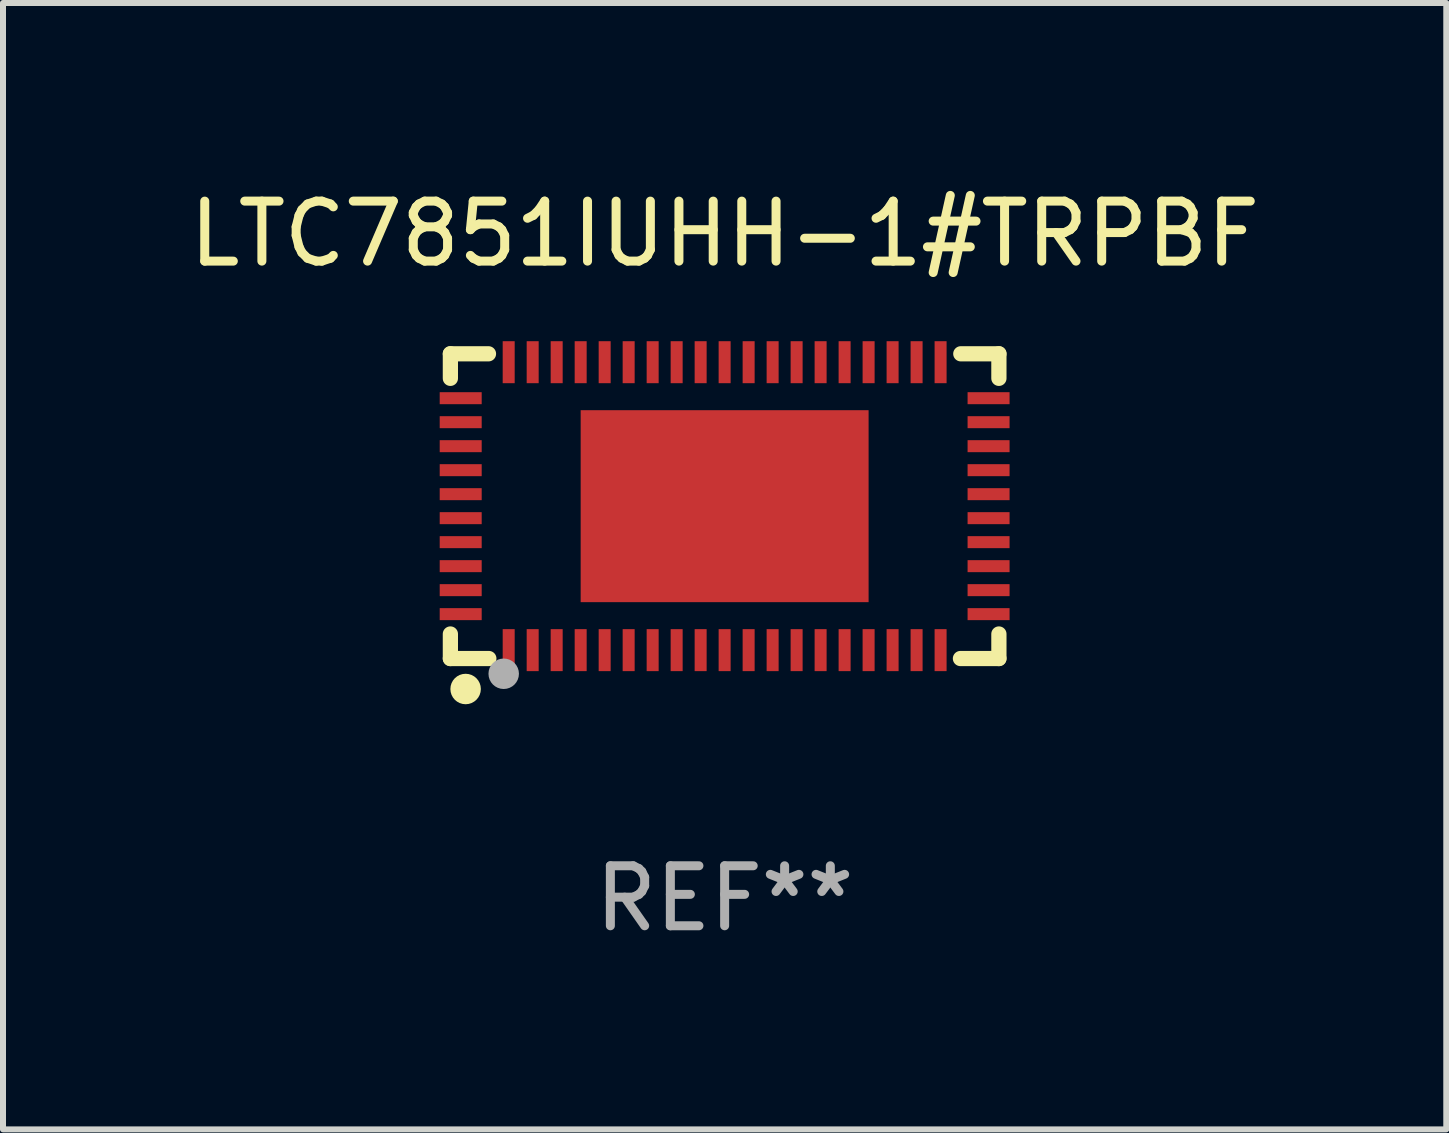
<source format=kicad_pcb>
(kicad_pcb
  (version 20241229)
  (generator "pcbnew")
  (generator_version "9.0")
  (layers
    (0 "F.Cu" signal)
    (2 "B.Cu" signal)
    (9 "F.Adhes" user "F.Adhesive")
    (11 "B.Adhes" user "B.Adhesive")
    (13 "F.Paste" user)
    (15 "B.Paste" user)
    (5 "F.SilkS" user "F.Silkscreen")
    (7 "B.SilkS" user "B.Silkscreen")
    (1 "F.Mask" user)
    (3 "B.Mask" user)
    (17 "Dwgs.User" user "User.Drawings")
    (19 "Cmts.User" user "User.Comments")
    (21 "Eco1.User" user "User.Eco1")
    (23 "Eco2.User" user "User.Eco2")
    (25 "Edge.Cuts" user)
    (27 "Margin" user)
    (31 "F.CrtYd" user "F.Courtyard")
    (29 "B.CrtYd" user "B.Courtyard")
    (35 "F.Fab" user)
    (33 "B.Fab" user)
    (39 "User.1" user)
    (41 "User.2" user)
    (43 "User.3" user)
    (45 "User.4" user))
  (footprint "LTC7851IUHH-1#TRPBF"
    (layer "F.Cu")
    (at 9.03 5.388)
    (property "Reference" "LTC7851IUHH-1#TRPBF" (at 0 -4.54 0) (layer "F.SilkS") (effects (font (size 1 1) (thickness 0.15))))
    (attr through_hole)
    (fp_line (start -4.572 -2.54) (end -4.572 -2.131) (stroke (width 0.254) (type solid)) (layer "F.SilkS"))
    (fp_line (start -4.572 2.131) (end -4.572 2.54) (stroke (width 0.254) (type solid)) (layer "F.SilkS"))
    (fp_line (start -4.572 2.54) (end -3.931 2.54) (stroke (width 0.254) (type solid)) (layer "F.SilkS"))
    (fp_line (start -3.937 -2.54) (end -4.572 -2.54) (stroke (width 0.254) (type solid)) (layer "F.SilkS"))
    (fp_line (start 3.931 2.54) (end 4.572 2.54) (stroke (width 0.254) (type solid)) (layer "F.SilkS"))
    (fp_line (start 4.572 -2.54) (end 3.937 -2.54) (stroke (width 0.254) (type solid)) (layer "F.SilkS"))
    (fp_line (start 4.572 -2.131) (end 4.572 -2.54) (stroke (width 0.254) (type solid)) (layer "F.SilkS"))
    (fp_line (start 4.572 2.54) (end 4.572 2.131) (stroke (width 0.254) (type solid)) (layer "F.SilkS"))
    (fp_circle (center -4.501 2.501) (end -4.471 2.501) (stroke (width 0.06) (type solid)) (fill no) (layer "F.SilkS"))
    (fp_circle (center -4.318 3.048) (end -4.191 3.048) (stroke (width 0.254) (type solid)) (fill no) (layer "F.SilkS"))
    (fp_circle (center -3.683 2.794) (end -3.556 2.794) (stroke (width 0.254) (type solid)) (fill no) (layer "F.Fab"))
    (fp_text user "REF**" (at 0 6.54 0) (layer "F.Fab") (effects (font (size 1 1) (thickness 0.15))))
    (pad "1" smd rect (at -3.6 2.4) (size 0.2 0.7) (layers "F.Cu" "F.Mask" "F.Paste"))
    (pad "2" smd rect (at -3.2 2.4) (size 0.2 0.7) (layers "F.Cu" "F.Mask" "F.Paste"))
    (pad "3" smd rect (at -2.8 2.4) (size 0.2 0.7) (layers "F.Cu" "F.Mask" "F.Paste"))
    (pad "4" smd rect (at -2.4 2.4) (size 0.2 0.7) (layers "F.Cu" "F.Mask" "F.Paste"))
    (pad "5" smd rect (at -2 2.4) (size 0.2 0.7) (layers "F.Cu" "F.Mask" "F.Paste"))
    (pad "6" smd rect (at -1.6 2.4) (size 0.2 0.7) (layers "F.Cu" "F.Mask" "F.Paste"))
    (pad "7" smd rect (at -1.2 2.4) (size 0.2 0.7) (layers "F.Cu" "F.Mask" "F.Paste"))
    (pad "8" smd rect (at -0.8 2.4) (size 0.2 0.7) (layers "F.Cu" "F.Mask" "F.Paste"))
    (pad "9" smd rect (at -0.4 2.4) (size 0.2 0.7) (layers "F.Cu" "F.Mask" "F.Paste"))
    (pad "10" smd rect (at -0.000076 2.4) (size 0.2 0.7) (layers "F.Cu" "F.Mask" "F.Paste"))
    (pad "11" smd rect (at 0.4 2.4) (size 0.2 0.7) (layers "F.Cu" "F.Mask" "F.Paste"))
    (pad "12" smd rect (at 0.8 2.4) (size 0.2 0.7) (layers "F.Cu" "F.Mask" "F.Paste"))
    (pad "13" smd rect (at 1.2 2.4) (size 0.2 0.7) (layers "F.Cu" "F.Mask" "F.Paste"))
    (pad "14" smd rect (at 1.6 2.4) (size 0.2 0.7) (layers "F.Cu" "F.Mask" "F.Paste"))
    (pad "15" smd rect (at 2 2.4) (size 0.2 0.7) (layers "F.Cu" "F.Mask" "F.Paste"))
    (pad "16" smd rect (at 2.4 2.4) (size 0.2 0.7) (layers "F.Cu" "F.Mask" "F.Paste"))
    (pad "17" smd rect (at 2.8 2.4) (size 0.2 0.7) (layers "F.Cu" "F.Mask" "F.Paste"))
    (pad "18" smd rect (at 3.2 2.4) (size 0.2 0.7) (layers "F.Cu" "F.Mask" "F.Paste"))
    (pad "19" smd rect (at 3.6 2.4) (size 0.2 0.7) (layers "F.Cu" "F.Mask" "F.Paste"))
    (pad "20" smd rect (at 4.4 1.8 90) (size 0.2 0.7) (layers "F.Cu" "F.Mask" "F.Paste"))
    (pad "21" smd rect (at 4.4 1.4 90) (size 0.2 0.7) (layers "F.Cu" "F.Mask" "F.Paste"))
    (pad "22" smd rect (at 4.4 1 90) (size 0.2 0.7) (layers "F.Cu" "F.Mask" "F.Paste"))
    (pad "23" smd rect (at 4.4 0.6 90) (size 0.2 0.7) (layers "F.Cu" "F.Mask" "F.Paste"))
    (pad "24" smd rect (at 4.4 0.2 90) (size 0.2 0.7) (layers "F.Cu" "F.Mask" "F.Paste"))
    (pad "25" smd rect (at 4.4 -0.2 90) (size 0.2 0.7) (layers "F.Cu" "F.Mask" "F.Paste"))
    (pad "26" smd rect (at 4.4 -0.6 90) (size 0.2 0.7) (layers "F.Cu" "F.Mask" "F.Paste"))
    (pad "27" smd rect (at 4.4 -1 90) (size 0.2 0.7) (layers "F.Cu" "F.Mask" "F.Paste"))
    (pad "28" smd rect (at 4.4 -1.4 90) (size 0.2 0.7) (layers "F.Cu" "F.Mask" "F.Paste"))
    (pad "29" smd rect (at 4.4 -1.8 90) (size 0.2 0.7) (layers "F.Cu" "F.Mask" "F.Paste"))
    (pad "30" smd rect (at 3.6 -2.4 180) (size 0.2 0.7) (layers "F.Cu" "F.Mask" "F.Paste"))
    (pad "31" smd rect (at 3.2 -2.4 180) (size 0.2 0.7) (layers "F.Cu" "F.Mask" "F.Paste"))
    (pad "32" smd rect (at 2.8 -2.4 180) (size 0.2 0.7) (layers "F.Cu" "F.Mask" "F.Paste"))
    (pad "33" smd rect (at 2.4 -2.4 180) (size 0.2 0.7) (layers "F.Cu" "F.Mask" "F.Paste"))
    (pad "34" smd rect (at 2 -2.4 180) (size 0.2 0.7) (layers "F.Cu" "F.Mask" "F.Paste"))
    (pad "35" smd rect (at 1.6 -2.4 180) (size 0.2 0.7) (layers "F.Cu" "F.Mask" "F.Paste"))
    (pad "36" smd rect (at 1.2 -2.4 180) (size 0.2 0.7) (layers "F.Cu" "F.Mask" "F.Paste"))
    (pad "37" smd rect (at 0.8 -2.4 180) (size 0.2 0.7) (layers "F.Cu" "F.Mask" "F.Paste"))
    (pad "38" smd rect (at 0.4 -2.4 180) (size 0.2 0.7) (layers "F.Cu" "F.Mask" "F.Paste"))
    (pad "39" smd rect (at -0.000076 -2.4 180) (size 0.2 0.7) (layers "F.Cu" "F.Mask" "F.Paste"))
    (pad "40" smd rect (at -0.4 -2.4 180) (size 0.2 0.7) (layers "F.Cu" "F.Mask" "F.Paste"))
    (pad "41" smd rect (at -0.8 -2.4 180) (size 0.2 0.7) (layers "F.Cu" "F.Mask" "F.Paste"))
    (pad "42" smd rect (at -1.2 -2.4 180) (size 0.2 0.7) (layers "F.Cu" "F.Mask" "F.Paste"))
    (pad "43" smd rect (at -1.6 -2.4 180) (size 0.2 0.7) (layers "F.Cu" "F.Mask" "F.Paste"))
    (pad "44" smd rect (at -2 -2.4 180) (size 0.2 0.7) (layers "F.Cu" "F.Mask" "F.Paste"))
    (pad "45" smd rect (at -2.4 -2.4 180) (size 0.2 0.7) (layers "F.Cu" "F.Mask" "F.Paste"))
    (pad "46" smd rect (at -2.8 -2.4 180) (size 0.2 0.7) (layers "F.Cu" "F.Mask" "F.Paste"))
    (pad "47" smd rect (at -3.2 -2.4 180) (size 0.2 0.7) (layers "F.Cu" "F.Mask" "F.Paste"))
    (pad "48" smd rect (at -3.6 -2.4 180) (size 0.2 0.7) (layers "F.Cu" "F.Mask" "F.Paste"))
    (pad "49" smd rect (at -4.4 -1.8 270) (size 0.2 0.7) (layers "F.Cu" "F.Mask" "F.Paste"))
    (pad "50" smd rect (at -4.4 -1.4 270) (size 0.2 0.7) (layers "F.Cu" "F.Mask" "F.Paste"))
    (pad "51" smd rect (at -4.4 -1 270) (size 0.2 0.7) (layers "F.Cu" "F.Mask" "F.Paste"))
    (pad "52" smd rect (at -4.4 -0.6 270) (size 0.2 0.7) (layers "F.Cu" "F.Mask" "F.Paste"))
    (pad "53" smd rect (at -4.4 -0.2 270) (size 0.2 0.7) (layers "F.Cu" "F.Mask" "F.Paste"))
    (pad "54" smd rect (at -4.4 0.2 270) (size 0.2 0.7) (layers "F.Cu" "F.Mask" "F.Paste"))
    (pad "55" smd rect (at -4.4 0.6 270) (size 0.2 0.7) (layers "F.Cu" "F.Mask" "F.Paste"))
    (pad "56" smd rect (at -4.4 1 270) (size 0.2 0.7) (layers "F.Cu" "F.Mask" "F.Paste"))
    (pad "57" smd rect (at -4.4 1.4 270) (size 0.2 0.7) (layers "F.Cu" "F.Mask" "F.Paste"))
    (pad "58" smd rect (at -4.4 1.8 270) (size 0.2 0.7) (layers "F.Cu" "F.Mask" "F.Paste"))
    (pad "59" smd rect (at -0.000076 0.000051 270) (size 3.2 4.8) (layers "F.Cu" "F.Mask" "F.Paste")))
  (gr_rect
    (start -3 -3)
    (end 21.06 15.777)
    (stroke (width 0.1) (type default))
    (fill no)
    (layer "Edge.Cuts")))
</source>
